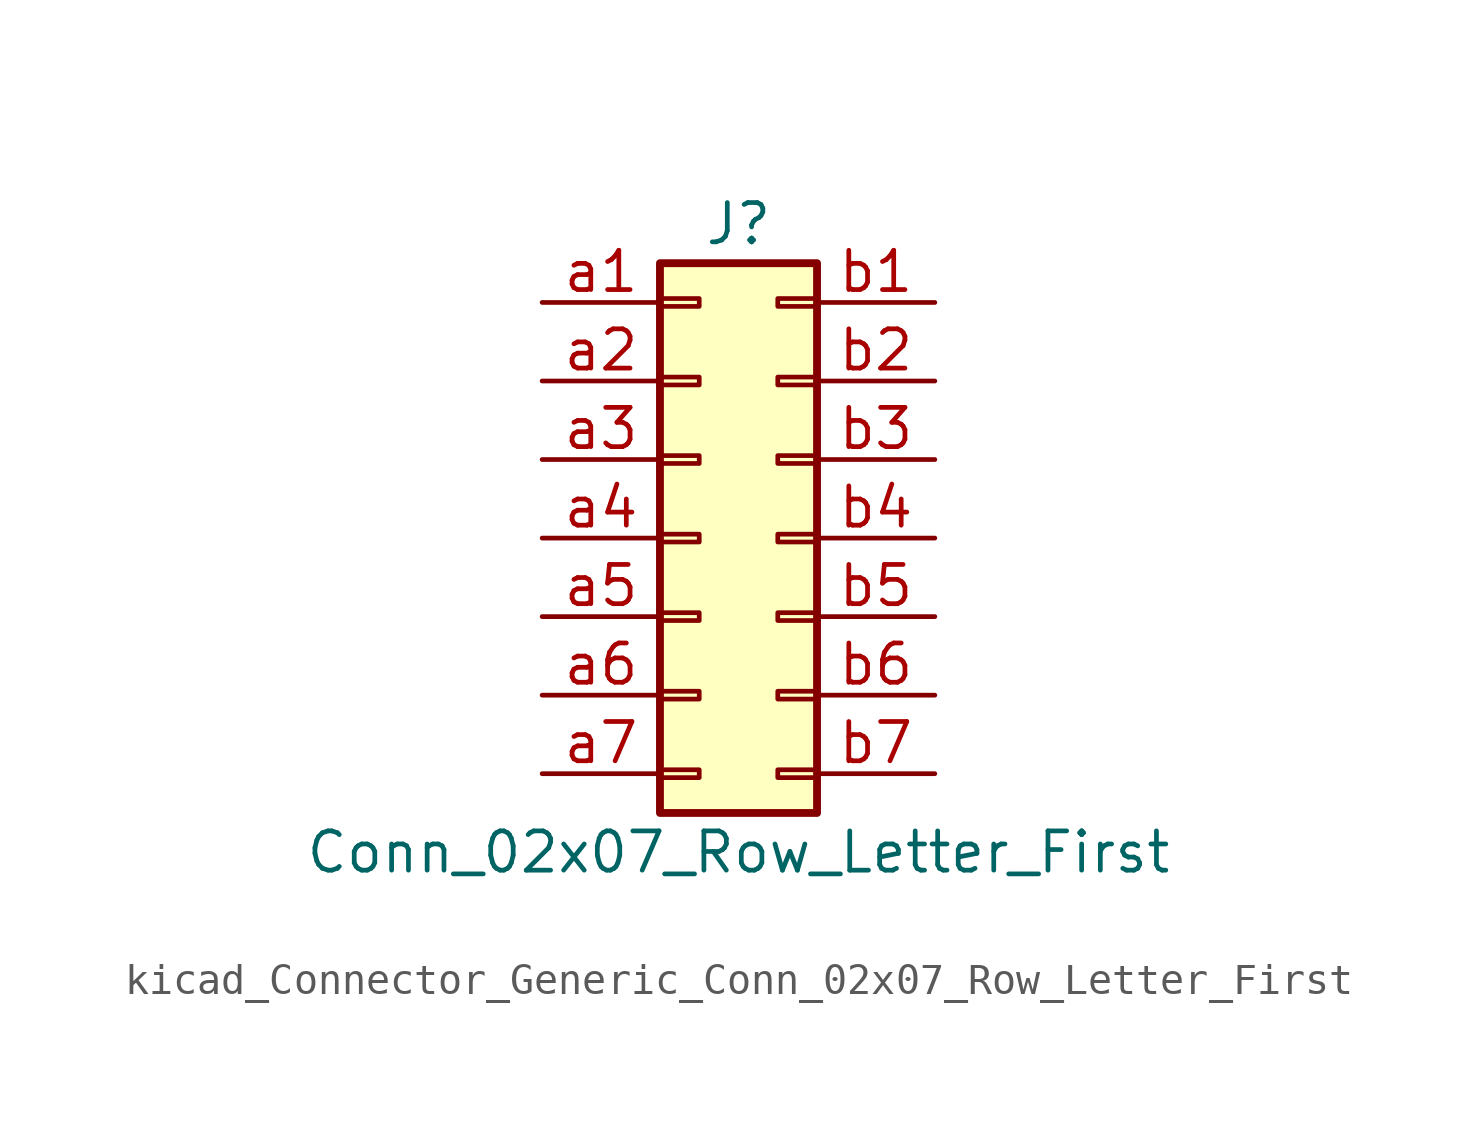
<source format=kicad_sym>
(kicad_symbol_lib
  (version 20220914)
  (generator kicad_symbol_editor)
  (symbol "kicad_Connector_Generic_Conn_02x07_Row_Letter_First"
    (pin_names
      (offset 1.016) hide)
    (property "Reference" "J"
      (at 1.27 10.16 0)
      (effects (font (size 1.27 1.27))))
    (property "Value" "Conn_02x07_Row_Letter_First"
      (at 1.27 -10.16 0)
      (effects (font (size 1.27 1.27))))
    (symbol "kicad_Connector_Generic_Conn_02x07_Row_Letter_First_1_1"
      (rectangle (start -1.27 -7.493) (end 0 -7.747) (stroke (width 0.152) (type default)) (fill (type none)))
      (rectangle (start -1.27 -4.953) (end 0 -5.207) (stroke (width 0.152) (type default)) (fill (type none)))
      (rectangle (start -1.27 -2.413) (end 0 -2.667) (stroke (width 0.152) (type default)) (fill (type none)))
      (rectangle (start -1.27 0.127) (end 0 -0.127) (stroke (width 0.152) (type default)) (fill (type none)))
      (rectangle (start -1.27 2.667) (end 0 2.413) (stroke (width 0.152) (type default)) (fill (type none)))
      (rectangle (start -1.27 5.207) (end 0 4.953) (stroke (width 0.152) (type default)) (fill (type none)))
      (rectangle (start -1.27 7.747) (end 0 7.493) (stroke (width 0.152) (type default)) (fill (type none)))
      (rectangle (start -1.27 8.89) (end 3.81 -8.89) (stroke (width 0.254) (type default)) (fill (type background)))
      (rectangle (start 3.81 -7.493) (end 2.54 -7.747) (stroke (width 0.152) (type default)) (fill (type none)))
      (rectangle (start 3.81 -4.953) (end 2.54 -5.207) (stroke (width 0.152) (type default)) (fill (type none)))
      (rectangle (start 3.81 -2.413) (end 2.54 -2.667) (stroke (width 0.152) (type default)) (fill (type none)))
      (rectangle (start 3.81 0.127) (end 2.54 -0.127) (stroke (width 0.152) (type default)) (fill (type none)))
      (rectangle (start 3.81 2.667) (end 2.54 2.413) (stroke (width 0.152) (type default)) (fill (type none)))
      (rectangle (start 3.81 5.207) (end 2.54 4.953) (stroke (width 0.152) (type default)) (fill (type none)))
      (rectangle (start 3.81 7.747) (end 2.54 7.493) (stroke (width 0.152) (type default)) (fill (type none)))
      (pin passive line (at -5.08 7.62 0) (length 3.81) (name "Pin_a1" (effects (font (size 1.27 1.27)))) (number "a1" (effects (font (size 1.27 1.27)))))
      (pin passive line (at -5.08 5.08 0) (length 3.81) (name "Pin_a2" (effects (font (size 1.27 1.27)))) (number "a2" (effects (font (size 1.27 1.27)))))
      (pin passive line (at -5.08 2.54 0) (length 3.81) (name "Pin_a3" (effects (font (size 1.27 1.27)))) (number "a3" (effects (font (size 1.27 1.27)))))
      (pin passive line (at -5.08 0 0) (length 3.81) (name "Pin_a4" (effects (font (size 1.27 1.27)))) (number "a4" (effects (font (size 1.27 1.27)))))
      (pin passive line (at -5.08 -2.54 0) (length 3.81) (name "Pin_a5" (effects (font (size 1.27 1.27)))) (number "a5" (effects (font (size 1.27 1.27)))))
      (pin passive line (at -5.08 -5.08 0) (length 3.81) (name "Pin_a6" (effects (font (size 1.27 1.27)))) (number "a6" (effects (font (size 1.27 1.27)))))
      (pin passive line (at -5.08 -7.62 0) (length 3.81) (name "Pin_a7" (effects (font (size 1.27 1.27)))) (number "a7" (effects (font (size 1.27 1.27)))))
      (pin passive line (at 7.62 7.62 180) (length 3.81) (name "Pin_b1" (effects (font (size 1.27 1.27)))) (number "b1" (effects (font (size 1.27 1.27)))))
      (pin passive line (at 7.62 5.08 180) (length 3.81) (name "Pin_b2" (effects (font (size 1.27 1.27)))) (number "b2" (effects (font (size 1.27 1.27)))))
      (pin passive line (at 7.62 2.54 180) (length 3.81) (name "Pin_b3" (effects (font (size 1.27 1.27)))) (number "b3" (effects (font (size 1.27 1.27)))))
      (pin passive line (at 7.62 0 180) (length 3.81) (name "Pin_b4" (effects (font (size 1.27 1.27)))) (number "b4" (effects (font (size 1.27 1.27)))))
      (pin passive line (at 7.62 -2.54 180) (length 3.81) (name "Pin_b5" (effects (font (size 1.27 1.27)))) (number "b5" (effects (font (size 1.27 1.27)))))
      (pin passive line (at 7.62 -5.08 180) (length 3.81) (name "Pin_b6" (effects (font (size 1.27 1.27)))) (number "b6" (effects (font (size 1.27 1.27)))))
      (pin passive line (at 7.62 -7.62 180) (length 3.81) (name "Pin_b7" (effects (font (size 1.27 1.27)))) (number "b7" (effects (font (size 1.27 1.27))))))))
</source>
